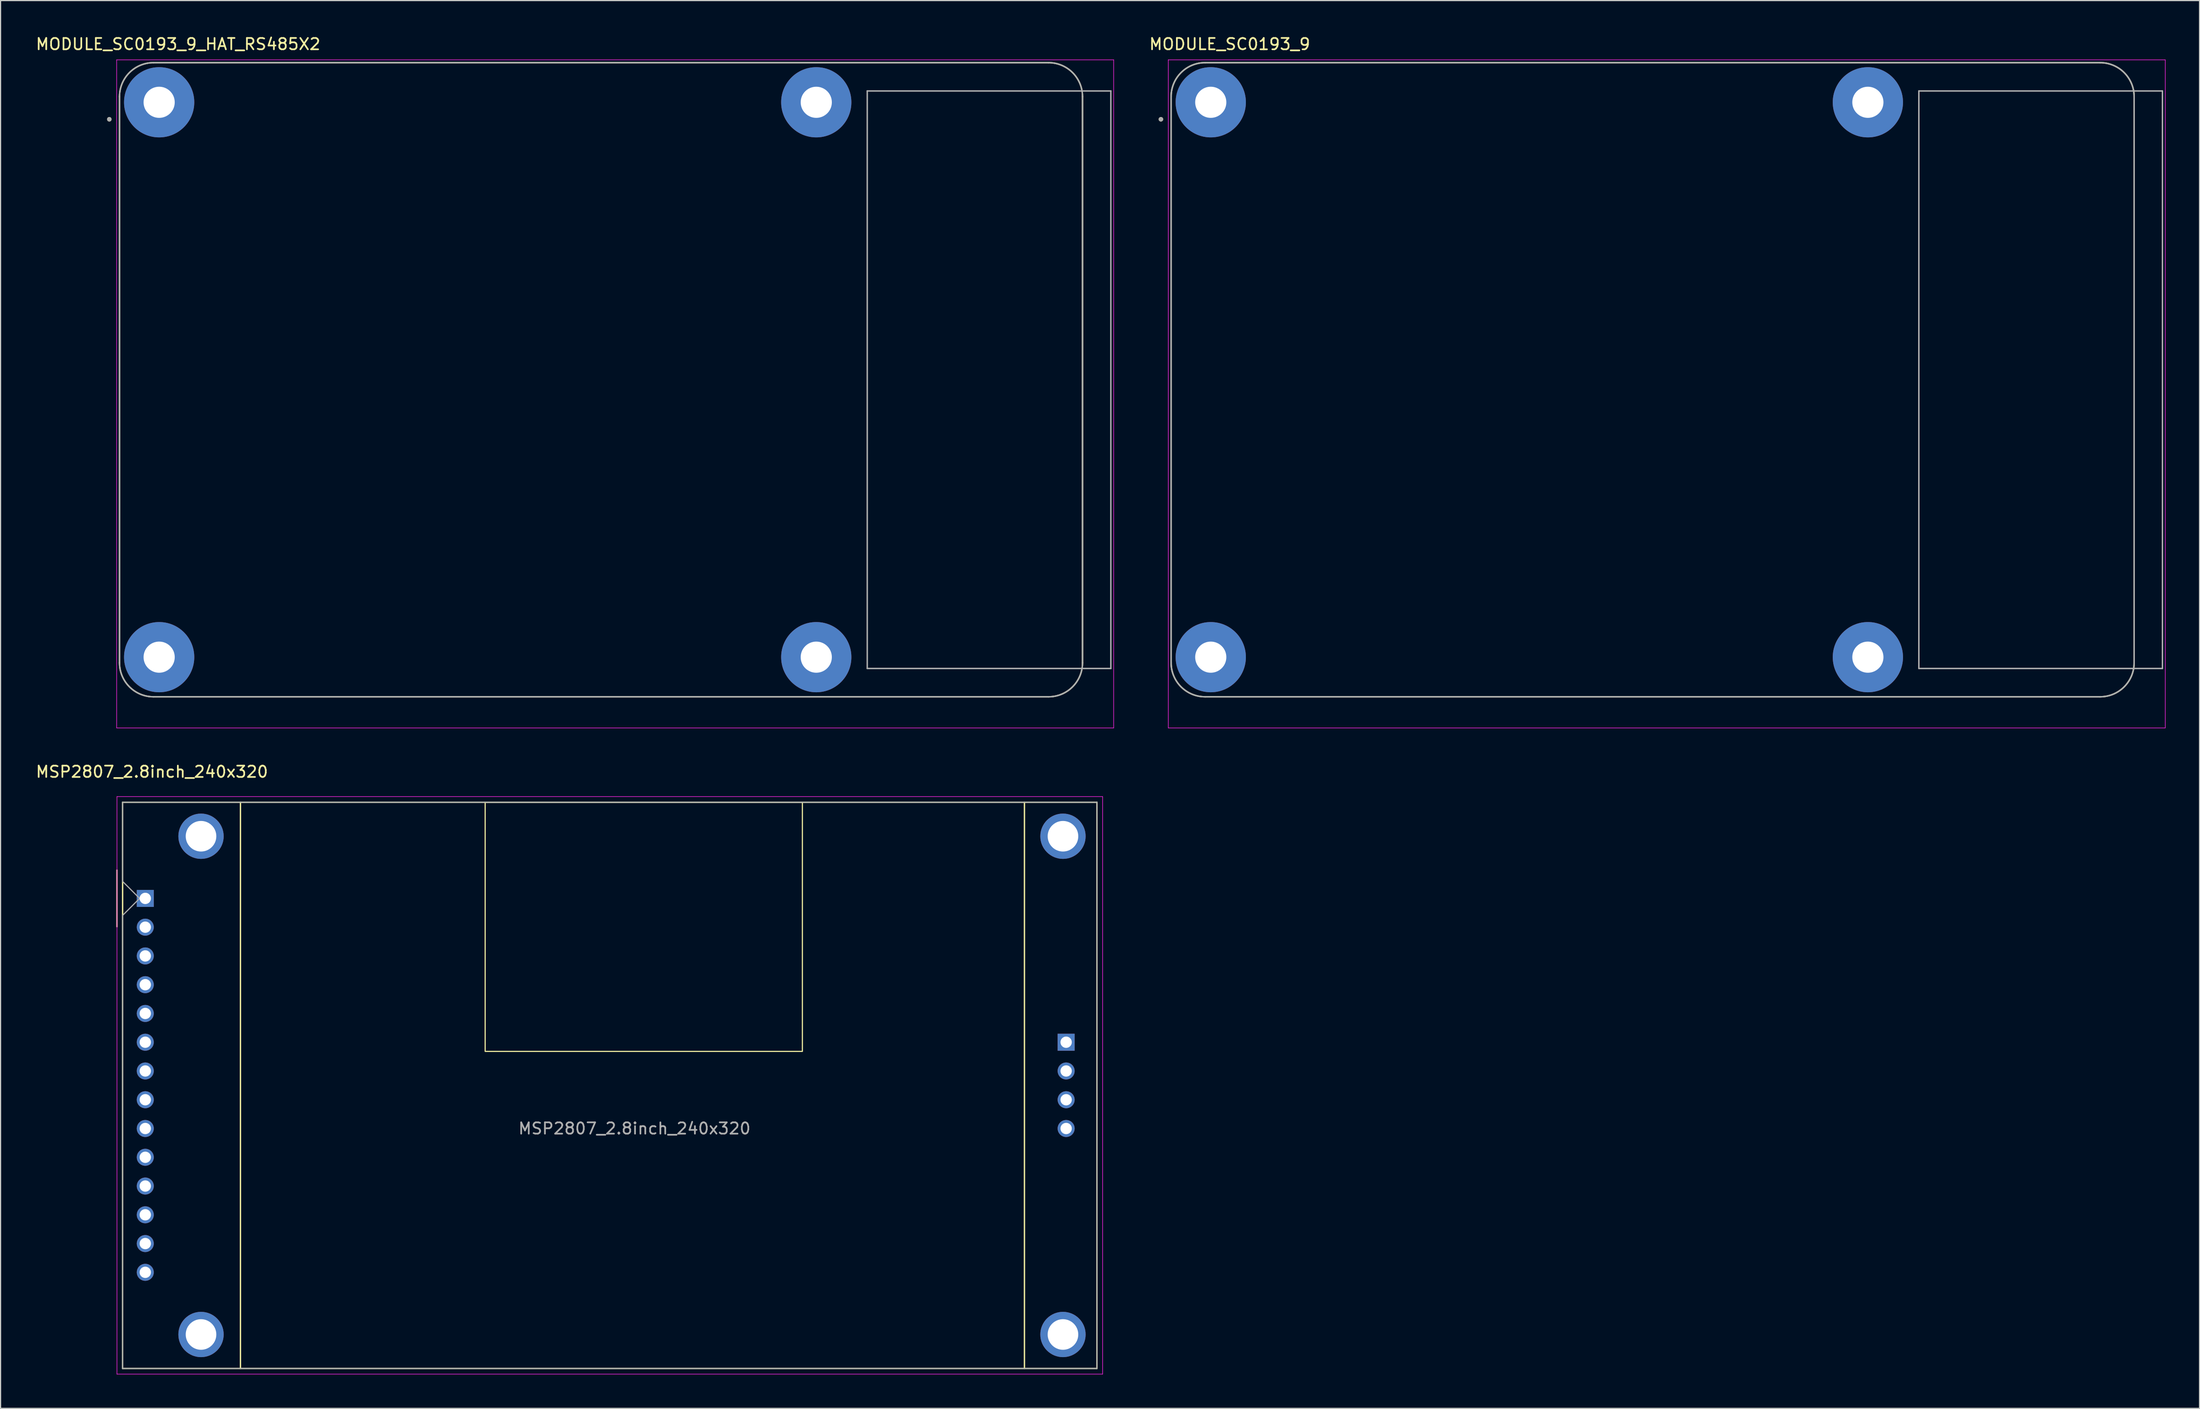
<source format=kicad_pcb>
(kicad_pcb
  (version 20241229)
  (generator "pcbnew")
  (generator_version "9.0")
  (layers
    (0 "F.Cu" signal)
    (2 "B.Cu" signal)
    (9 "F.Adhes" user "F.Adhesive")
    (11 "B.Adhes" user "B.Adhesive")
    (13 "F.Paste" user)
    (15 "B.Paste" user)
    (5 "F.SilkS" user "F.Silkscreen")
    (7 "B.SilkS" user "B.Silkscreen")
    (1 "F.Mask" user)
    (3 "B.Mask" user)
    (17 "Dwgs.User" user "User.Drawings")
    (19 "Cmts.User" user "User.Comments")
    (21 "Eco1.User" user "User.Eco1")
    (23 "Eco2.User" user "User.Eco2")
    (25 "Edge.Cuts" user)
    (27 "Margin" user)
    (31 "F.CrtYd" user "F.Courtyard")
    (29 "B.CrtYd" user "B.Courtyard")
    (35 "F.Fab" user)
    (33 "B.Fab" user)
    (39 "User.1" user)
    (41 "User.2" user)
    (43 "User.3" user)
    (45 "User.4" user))
  (footprint "MODULE_SC0193_9"
    (layer "F.Cu")
    (at 142.818 30.483)
    (property "Reference" "MODULE_SC0193_9" (at -37.325 -29.635 0) (layer "F.SilkS") (effects (font (size 1 1) (thickness 0.15))))
    (attr through_hole)
    (fp_line (start -42.5 -25) (end -42.5 25) (stroke (width 0.127) (type solid)) (layer "F.SilkS"))
    (fp_line (start -39.5 28) (end 39.5 28) (stroke (width 0.127) (type solid)) (layer "F.SilkS"))
    (fp_line (start 39.5 -28) (end -39.5 -28) (stroke (width 0.127) (type solid)) (layer "F.SilkS"))
    (fp_line (start 42.5 25) (end 42.5 -25) (stroke (width 0.127) (type solid)) (layer "F.SilkS"))
    (fp_arc (start -42.5 -25) (mid -41.62132 -27.12132) (end -39.5 -28) (stroke (width 0.127) (type solid)) (layer "F.SilkS"))
    (fp_arc (start -39.5 28) (mid -41.62132 27.12132) (end -42.5 25) (stroke (width 0.127) (type solid)) (layer "F.SilkS"))
    (fp_arc (start 39.5 -28) (mid 41.62132 -27.12132) (end 42.5 -25) (stroke (width 0.127) (type solid)) (layer "F.SilkS"))
    (fp_arc (start 42.5 25) (mid 41.62132 27.12132) (end 39.5 28) (stroke (width 0.127) (type solid)) (layer "F.SilkS"))
    (fp_circle (center -43.4 -23) (end -43.3 -23) (stroke (width 0.2) (type solid)) (fill no) (layer "F.SilkS"))
    (fp_line (start -42.75 -28.25) (end 45.25 -28.25) (stroke (width 0.05) (type solid)) (layer "F.CrtYd"))
    (fp_line (start -42.75 30.75) (end -42.75 -28.25) (stroke (width 0.05) (type solid)) (layer "F.CrtYd"))
    (fp_line (start 45.25 -28.25) (end 45.25 30.75) (stroke (width 0.05) (type solid)) (layer "F.CrtYd"))
    (fp_line (start 45.25 30.75) (end -42.75 30.75) (stroke (width 0.05) (type solid)) (layer "F.CrtYd"))
    (fp_line (start -42.5 -25) (end -42.5 25) (stroke (width 0.127) (type solid)) (layer "F.Fab"))
    (fp_line (start -39.5 28) (end 39.5 28) (stroke (width 0.127) (type solid)) (layer "F.Fab"))
    (fp_line (start 23.5 -25.5) (end 23.5 25.5) (stroke (width 0.127) (type solid)) (layer "F.Fab"))
    (fp_line (start 23.5 25.5) (end 45 25.5) (stroke (width 0.127) (type solid)) (layer "F.Fab"))
    (fp_line (start 39.5 -28) (end -39.5 -28) (stroke (width 0.127) (type solid)) (layer "F.Fab"))
    (fp_line (start 42.5 25) (end 42.5 -25) (stroke (width 0.127) (type solid)) (layer "F.Fab"))
    (fp_line (start 45 -25.5) (end 23.5 -25.5) (stroke (width 0.127) (type solid)) (layer "F.Fab"))
    (fp_line (start 45 25.5) (end 45 -25.5) (stroke (width 0.127) (type solid)) (layer "F.Fab"))
    (fp_arc (start -42.5 -25) (mid -41.62132 -27.12132) (end -39.5 -28) (stroke (width 0.127) (type solid)) (layer "F.Fab"))
    (fp_arc (start -39.5 28) (mid -41.62132 27.12132) (end -42.5 25) (stroke (width 0.127) (type solid)) (layer "F.Fab"))
    (fp_arc (start 39.5 -28) (mid 41.62132 -27.12132) (end 42.5 -25) (stroke (width 0.127) (type solid)) (layer "F.Fab"))
    (fp_arc (start 42.5 25) (mid 41.62132 27.12132) (end 39.5 28) (stroke (width 0.127) (type solid)) (layer "F.Fab"))
    (fp_circle (center -43.4 -23) (end -43.3 -23) (stroke (width 0.2) (type solid)) (fill no) (layer "F.Fab"))
    (pad "S1" thru_hole circle (at -39 -24.5) (size 6.2 6.2) (drill 2.75) (layers "*.Cu" "*.Mask"))
    (pad "S2" thru_hole circle (at 19 -24.5) (size 6.2 6.2) (drill 2.75) (layers "*.Cu" "*.Mask"))
    (pad "S3" thru_hole circle (at 19 24.5) (size 6.2 6.2) (drill 2.75) (layers "*.Cu" "*.Mask"))
    (pad "S4" thru_hole circle (at -39 24.5) (size 6.2 6.2) (drill 2.75) (layers "*.Cu" "*.Mask")))
  (footprint "MODULE_SC0193_9_HAT_RS485X2"
    (layer "F.Cu")
    (at 49.998 30.483)
    (property "Reference" "MODULE_SC0193_9_HAT_RS485X2" (at -37.325 -29.635 0) (layer "F.SilkS") (effects (font (size 1 1) (thickness 0.15))))
    (attr through_hole)
    (fp_line (start -42.5 -25) (end -42.5 25) (stroke (width 0.127) (type solid)) (layer "F.SilkS"))
    (fp_line (start -39.5 28) (end 39.5 28) (stroke (width 0.127) (type solid)) (layer "F.SilkS"))
    (fp_line (start 39.5 -28) (end -39.5 -28) (stroke (width 0.127) (type solid)) (layer "F.SilkS"))
    (fp_line (start 42.5 25) (end 42.5 -25) (stroke (width 0.127) (type solid)) (layer "F.SilkS"))
    (fp_arc (start -42.5 -25) (mid -41.62132 -27.12132) (end -39.5 -28) (stroke (width 0.127) (type solid)) (layer "F.SilkS"))
    (fp_arc (start -39.5 28) (mid -41.62132 27.12132) (end -42.5 25) (stroke (width 0.127) (type solid)) (layer "F.SilkS"))
    (fp_arc (start 39.5 -28) (mid 41.62132 -27.12132) (end 42.5 -25) (stroke (width 0.127) (type solid)) (layer "F.SilkS"))
    (fp_arc (start 42.5 25) (mid 41.62132 27.12132) (end 39.5 28) (stroke (width 0.127) (type solid)) (layer "F.SilkS"))
    (fp_circle (center -43.4 -23) (end -43.3 -23) (stroke (width 0.2) (type solid)) (fill no) (layer "F.SilkS"))
    (fp_line (start -42.75 -28.25) (end 45.25 -28.25) (stroke (width 0.05) (type solid)) (layer "F.CrtYd"))
    (fp_line (start -42.75 30.75) (end -42.75 -28.25) (stroke (width 0.05) (type solid)) (layer "F.CrtYd"))
    (fp_line (start 45.25 -28.25) (end 45.25 30.75) (stroke (width 0.05) (type solid)) (layer "F.CrtYd"))
    (fp_line (start 45.25 30.75) (end -42.75 30.75) (stroke (width 0.05) (type solid)) (layer "F.CrtYd"))
    (fp_line (start -42.5 -25) (end -42.5 25) (stroke (width 0.127) (type solid)) (layer "F.Fab"))
    (fp_line (start -39.5 28) (end 39.5 28) (stroke (width 0.127) (type solid)) (layer "F.Fab"))
    (fp_line (start 23.5 -25.5) (end 23.5 25.5) (stroke (width 0.127) (type solid)) (layer "F.Fab"))
    (fp_line (start 23.5 25.5) (end 45 25.5) (stroke (width 0.127) (type solid)) (layer "F.Fab"))
    (fp_line (start 39.5 -28) (end -39.5 -28) (stroke (width 0.127) (type solid)) (layer "F.Fab"))
    (fp_line (start 42.5 25) (end 42.5 -25) (stroke (width 0.127) (type solid)) (layer "F.Fab"))
    (fp_line (start 45 -25.5) (end 23.5 -25.5) (stroke (width 0.127) (type solid)) (layer "F.Fab"))
    (fp_line (start 45 25.5) (end 45 -25.5) (stroke (width 0.127) (type solid)) (layer "F.Fab"))
    (fp_arc (start -42.5 -25) (mid -41.62132 -27.12132) (end -39.5 -28) (stroke (width 0.127) (type solid)) (layer "F.Fab"))
    (fp_arc (start -39.5 28) (mid -41.62132 27.12132) (end -42.5 25) (stroke (width 0.127) (type solid)) (layer "F.Fab"))
    (fp_arc (start 39.5 -28) (mid 41.62132 -27.12132) (end 42.5 -25) (stroke (width 0.127) (type solid)) (layer "F.Fab"))
    (fp_arc (start 42.5 25) (mid 41.62132 27.12132) (end 39.5 28) (stroke (width 0.127) (type solid)) (layer "F.Fab"))
    (fp_circle (center -43.4 -23) (end -43.3 -23) (stroke (width 0.2) (type solid)) (fill no) (layer "F.Fab"))
    (pad "S1" thru_hole circle (at -39 -24.5) (size 6.2 6.2) (drill 2.75) (layers "*.Cu" "*.Mask"))
    (pad "S2" thru_hole circle (at 19 -24.5) (size 6.2 6.2) (drill 2.75) (layers "*.Cu" "*.Mask"))
    (pad "S3" thru_hole circle (at 19 24.5) (size 6.2 6.2) (drill 2.75) (layers "*.Cu" "*.Mask"))
    (pad "S4" thru_hole circle (at -39 24.5) (size 6.2 6.2) (drill 2.75) (layers "*.Cu" "*.Mask")))
  (footprint "MSP2807_2.8inch_240x320"
    (layer "F.Cu")
    (at 9.773 76.287)
    (property "Reference" "MSP2807_2.8inch_240x320" (at 0.59 -11.18 0) (layer "F.SilkS") (effects (font (size 1 1) (thickness 0.15))))
    (attr through_hole)
    (fp_line (start -2.5 -2.5) (end -2.5 2.5) (stroke (width 0.12) (type solid)) (layer "F.SilkS"))
    (fp_line (start -2 -8.49) (end 84 -8.49) (stroke (width 0.12) (type solid)) (layer "F.SilkS"))
    (fp_line (start -2 41.51) (end -2 -8.49) (stroke (width 0.12) (type solid)) (layer "F.SilkS"))
    (fp_line (start 8.4 41.51) (end 8.4 -8.49) (stroke (width 0.12) (type solid)) (layer "F.SilkS"))
    (fp_line (start 77.6 -8.49) (end 77.6 41.51) (stroke (width 0.12) (type solid)) (layer "F.SilkS"))
    (fp_line (start 84 -8.49) (end 84 41.51) (stroke (width 0.12) (type solid)) (layer "F.SilkS"))
    (fp_line (start 84 41.51) (end -2 41.51) (stroke (width 0.12) (type solid)) (layer "F.SilkS"))
    (fp_rect (start 30 -8.49) (end 58 13.51) (stroke (width 0.1) (type default)) (fill no) (layer "F.SilkS"))
    (fp_line (start -2.5 -8.99) (end 84.5 -8.99) (stroke (width 0.05) (type solid)) (layer "F.CrtYd"))
    (fp_line (start -2.5 42.01) (end -2.5 -8.99) (stroke (width 0.05) (type solid)) (layer "F.CrtYd"))
    (fp_line (start 84.5 -8.99) (end 84.5 42.01) (stroke (width 0.05) (type solid)) (layer "F.CrtYd"))
    (fp_line (start 84.5 42.01) (end -2.5 42.01) (stroke (width 0.05) (type solid)) (layer "F.CrtYd"))
    (fp_line (start -2 -8.49) (end 84 -8.49) (stroke (width 0.1) (type solid)) (layer "F.Fab"))
    (fp_line (start -2 -1.5) (end -2 -8.49) (stroke (width 0.1) (type solid)) (layer "F.Fab"))
    (fp_line (start -2 41.51) (end -2 1.5) (stroke (width 0.1) (type solid)) (layer "F.Fab"))
    (fp_line (start -1.969 1.469) (end -0.5 0) (stroke (width 0.1) (type solid)) (layer "F.Fab"))
    (fp_line (start -0.5 0) (end -1.959 -1.459) (stroke (width 0.1) (type solid)) (layer "F.Fab"))
    (fp_line (start 84 -8.49) (end 84 41.51) (stroke (width 0.1) (type solid)) (layer "F.Fab"))
    (fp_line (start 84 41.51) (end -2 41.51) (stroke (width 0.1) (type solid)) (layer "F.Fab"))
    (fp_text user "${REFERENCE}" (at 43.18 20.32 0) (layer "F.Fab") (effects (font (size 1 1) (thickness 0.15))))
    (pad "" thru_hole circle (at 4.92 -5.49) (size 4 4) (drill 2.7) (layers "*.Cu" "*.Mask"))
    (pad "" thru_hole circle (at 4.92 38.51) (size 4 4) (drill 2.7) (layers "*.Cu" "*.Mask"))
    (pad "" thru_hole circle (at 81 -5.49) (size 4 4) (drill 2.7) (layers "*.Cu" "*.Mask"))
    (pad "" thru_hole circle (at 81 38.51) (size 4 4) (drill 2.7) (layers "*.Cu" "*.Mask"))
    (pad "1" thru_hole rect (at 0 0) (size 1.5 1.5) (drill 1) (layers "*.Cu" "*.Mask"))
    (pad "2" thru_hole circle (at 0 2.54) (size 1.5 1.5) (drill 1) (layers "*.Cu" "*.Mask"))
    (pad "3" thru_hole circle (at 0 5.08) (size 1.5 1.5) (drill 1) (layers "*.Cu" "*.Mask"))
    (pad "4" thru_hole circle (at 0 7.62) (size 1.5 1.5) (drill 1) (layers "*.Cu" "*.Mask"))
    (pad "5" thru_hole circle (at 0 10.16) (size 1.5 1.5) (drill 1) (layers "*.Cu" "*.Mask"))
    (pad "6" thru_hole circle (at 0 12.7) (size 1.5 1.5) (drill 1) (layers "*.Cu" "*.Mask"))
    (pad "7" thru_hole circle (at 0 15.24) (size 1.5 1.5) (drill 1) (layers "*.Cu" "*.Mask"))
    (pad "8" thru_hole circle (at 0 17.78) (size 1.5 1.5) (drill 1) (layers "*.Cu" "*.Mask"))
    (pad "9" thru_hole circle (at 0 20.32) (size 1.5 1.5) (drill 1) (layers "*.Cu" "*.Mask"))
    (pad "10" thru_hole circle (at 0 22.86) (size 1.5 1.5) (drill 1) (layers "*.Cu" "*.Mask"))
    (pad "11" thru_hole circle (at 0 25.4) (size 1.5 1.5) (drill 1) (layers "*.Cu" "*.Mask"))
    (pad "12" thru_hole circle (at 0 27.94) (size 1.5 1.5) (drill 1) (layers "*.Cu" "*.Mask"))
    (pad "13" thru_hole circle (at 0 30.48) (size 1.5 1.5) (drill 1) (layers "*.Cu" "*.Mask"))
    (pad "14" thru_hole circle (at 0 33.02) (size 1.5 1.5) (drill 1) (layers "*.Cu" "*.Mask"))
    (pad "15" thru_hole rect (at 81.28 12.7) (size 1.5 1.5) (drill 1) (layers "*.Cu" "*.Mask"))
    (pad "16" thru_hole circle (at 81.28 15.24) (size 1.5 1.5) (drill 1) (layers "*.Cu" "*.Mask"))
    (pad "17" thru_hole circle (at 81.28 17.78) (size 1.5 1.5) (drill 1) (layers "*.Cu" "*.Mask"))
    (pad "18" thru_hole circle (at 81.28 20.32) (size 1.5 1.5) (drill 1) (layers "*.Cu" "*.Mask")))
  (gr_rect
    (start -3 -3)
    (end 191.093 121.322)
    (stroke (width 0.1) (type default))
    (fill no)
    (layer "Edge.Cuts")))
</source>
